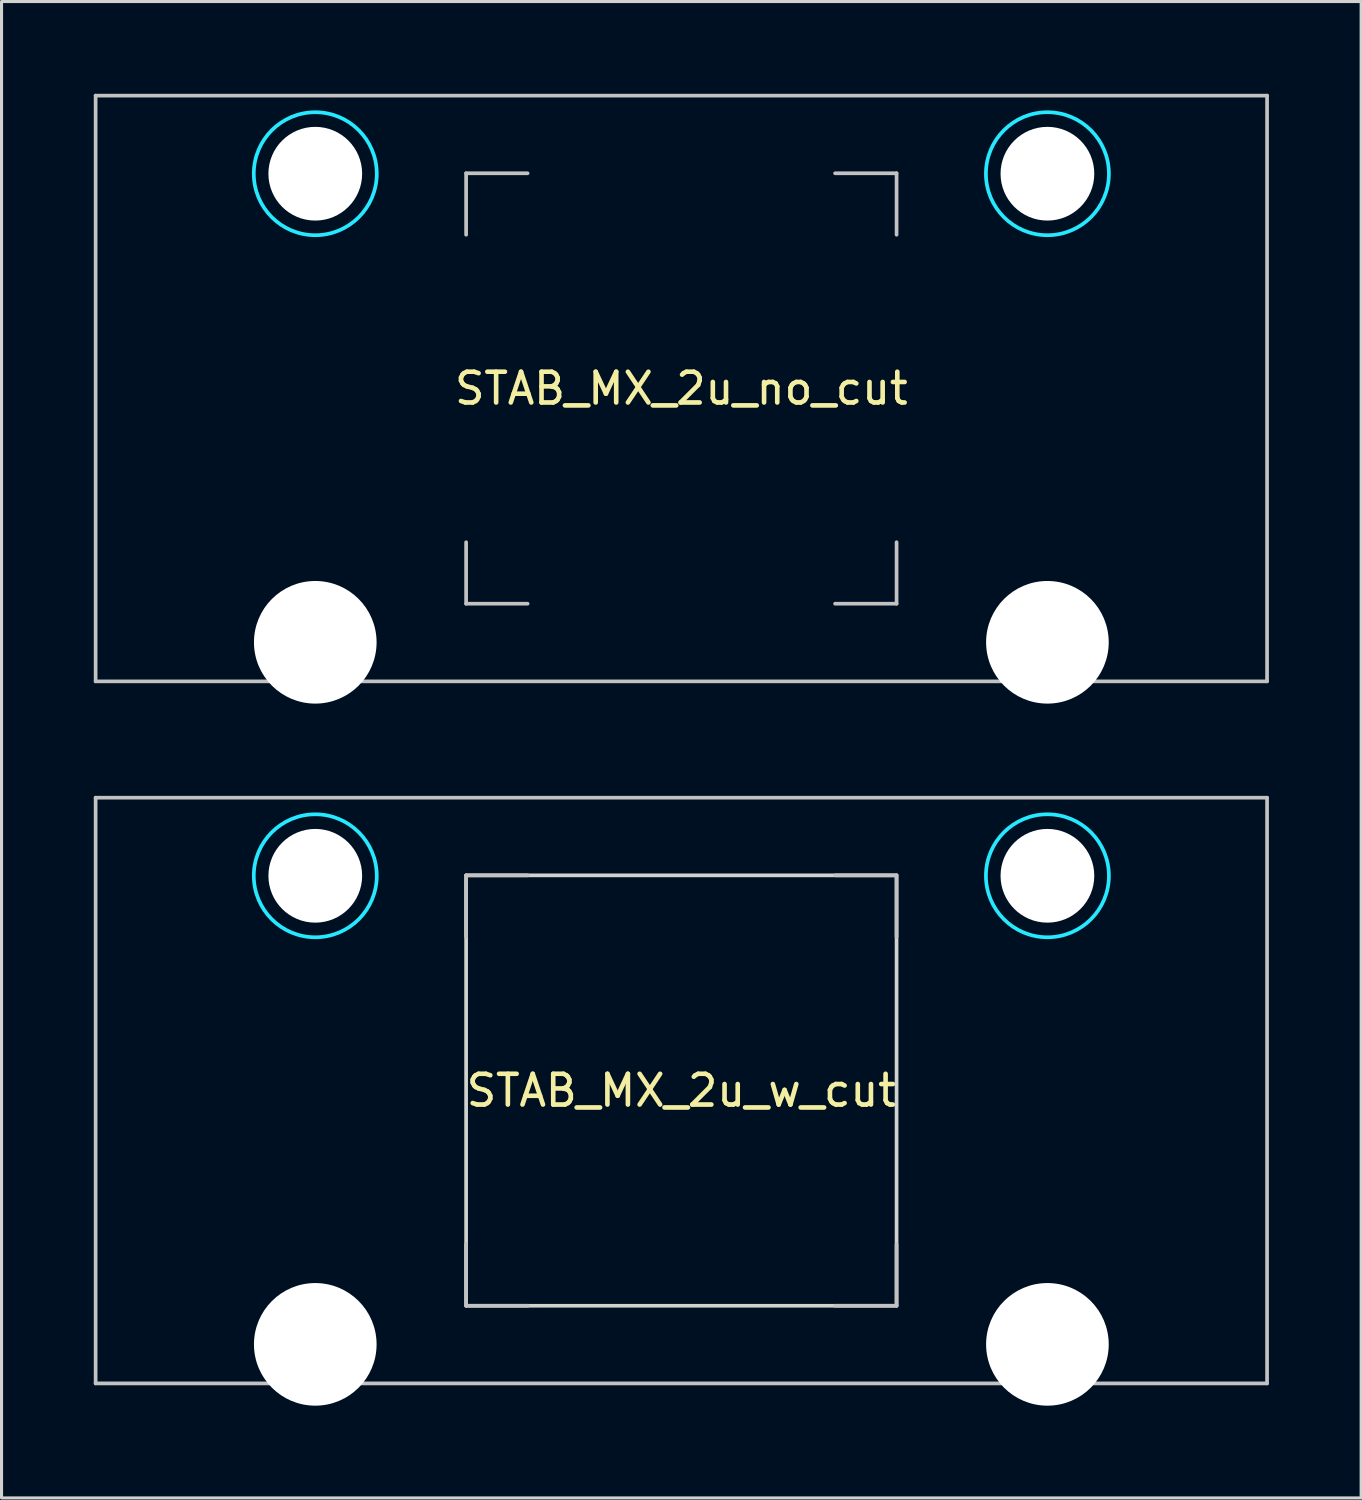
<source format=kicad_pcb>
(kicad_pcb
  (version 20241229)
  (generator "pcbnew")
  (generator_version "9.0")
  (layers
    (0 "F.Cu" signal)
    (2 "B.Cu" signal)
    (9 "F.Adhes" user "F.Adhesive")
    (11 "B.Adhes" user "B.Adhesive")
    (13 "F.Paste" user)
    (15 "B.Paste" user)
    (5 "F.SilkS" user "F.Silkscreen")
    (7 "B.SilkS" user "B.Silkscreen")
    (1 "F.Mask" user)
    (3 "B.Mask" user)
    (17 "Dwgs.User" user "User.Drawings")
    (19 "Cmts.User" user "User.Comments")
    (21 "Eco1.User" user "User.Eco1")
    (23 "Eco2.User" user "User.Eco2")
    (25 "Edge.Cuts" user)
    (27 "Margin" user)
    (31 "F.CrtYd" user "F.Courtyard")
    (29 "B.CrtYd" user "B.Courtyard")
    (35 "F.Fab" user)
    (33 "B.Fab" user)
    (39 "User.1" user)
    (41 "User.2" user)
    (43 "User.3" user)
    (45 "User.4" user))
  (footprint "STAB_MX_2u_w_cut"
    (layer "F.Cu")
    (at 19.11 32.419)
    (property "Reference" "STAB_MX_2u_w_cut" (at 0 0 0) (layer "F.SilkS") (effects (font (size 1 1) (thickness 0.15))))
    (attr through_hole exclude_from_pos_files exclude_from_bom)
    (fp_line (start -19.05 -9.525) (end -19.05 9.525) (stroke (width 0.12) (type solid)) (layer "Dwgs.User"))
    (fp_line (start -19.05 -9.525) (end 19.05 -9.525) (stroke (width 0.12) (type solid)) (layer "Dwgs.User"))
    (fp_line (start -19.05 9.525) (end 19.05 9.525) (stroke (width 0.12) (type solid)) (layer "Dwgs.User"))
    (fp_line (start -7 -7) (end -5 -7) (stroke (width 0.12) (type solid)) (layer "Dwgs.User"))
    (fp_line (start -7 -5) (end -7 -7) (stroke (width 0.12) (type solid)) (layer "Dwgs.User"))
    (fp_line (start -7 7) (end -7 5) (stroke (width 0.12) (type solid)) (layer "Dwgs.User"))
    (fp_line (start -5 7) (end -7 7) (stroke (width 0.12) (type solid)) (layer "Dwgs.User"))
    (fp_line (start 5 -7) (end 7 -7) (stroke (width 0.12) (type solid)) (layer "Dwgs.User"))
    (fp_line (start 5 7) (end 7 7) (stroke (width 0.12) (type solid)) (layer "Dwgs.User"))
    (fp_line (start 7 -7) (end 7 -5) (stroke (width 0.12) (type solid)) (layer "Dwgs.User"))
    (fp_line (start 7 7) (end 7 5) (stroke (width 0.12) (type solid)) (layer "Dwgs.User"))
    (fp_line (start 19.05 -9.525) (end 19.05 9.525) (stroke (width 0.12) (type solid)) (layer "Dwgs.User"))
    (fp_line (start -15.281 -5.5) (end -15.281 7.5) (stroke (width 0.05) (type solid)) (layer "Eco2.User"))
    (fp_line (start -14.781 -6) (end -9.031 -6) (stroke (width 0.05) (type solid)) (layer "Eco2.User"))
    (fp_line (start -14.781 8) (end -9.031 8) (stroke (width 0.05) (type solid)) (layer "Eco2.User"))
    (fp_line (start -8.531 -5.5) (end -8.531 7.5) (stroke (width 0.05) (type solid)) (layer "Eco2.User"))
    (fp_line (start 8.531 -5.5) (end 8.531 7.5) (stroke (width 0.05) (type solid)) (layer "Eco2.User"))
    (fp_line (start 9.031 -6) (end 14.78 -6) (stroke (width 0.05) (type solid)) (layer "Eco2.User"))
    (fp_line (start 9.031 8) (end 14.781 8) (stroke (width 0.05) (type solid)) (layer "Eco2.User"))
    (fp_line (start 15.28 -5.5) (end 15.281 7.5) (stroke (width 0.05) (type solid)) (layer "Eco2.User"))
    (fp_arc (start -15.28125 -5.499999) (mid -15.134803 -5.853552) (end -14.78125 -5.999999) (stroke (width 0.05) (type solid)) (layer "Eco2.User"))
    (fp_arc (start -14.78125 8.000001) (mid -15.134803 7.853554) (end -15.28125 7.500001) (stroke (width 0.05) (type solid)) (layer "Eco2.User"))
    (fp_arc (start -9.03125 -5.999999) (mid -8.677697 -5.853553) (end -8.53125 -5.499999) (stroke (width 0.05) (type solid)) (layer "Eco2.User"))
    (fp_arc (start -8.53125 7.500001) (mid -8.677697 7.853555) (end -9.03125 8.000001) (stroke (width 0.05) (type solid)) (layer "Eco2.User"))
    (fp_arc (start 8.53125 -5.499999) (mid 8.677705 -5.853544) (end 9.03125 -5.999999) (stroke (width 0.05) (type solid)) (layer "Eco2.User"))
    (fp_arc (start 9.03125 8.000001) (mid 8.677699 7.853566) (end 8.53125 7.500001) (stroke (width 0.05) (type solid)) (layer "Eco2.User"))
    (fp_arc (start 14.780039 -5.999999) (mid 15.133602 -5.853545) (end 15.280039 -5.499999) (stroke (width 0.05) (type solid)) (layer "Eco2.User"))
    (fp_arc (start 15.28125 7.500001) (mid 15.1348 7.853536) (end 14.78125 8.000001) (stroke (width 0.05) (type solid)) (layer "Eco2.User"))
    (fp_rect (start 7 7) (end -7 -7) (stroke (width 0.12) (type solid)) (fill no) (layer "Edge.Cuts"))
    (fp_circle (center -11.906 -6.985) (end -9.906 -6.985) (stroke (width 0.12) (type solid)) (fill no) (layer "B.CrtYd"))
    (fp_circle (center 11.906 -6.985) (end 13.906 -6.985) (stroke (width 0.12) (type solid)) (fill no) (layer "B.CrtYd"))
    (pad "" np_thru_hole circle (at -11.906 -6.985) (size 3.048 3.048) (drill 3.048) (layers "*.Cu" "*.Mask"))
    (pad "" np_thru_hole circle (at -11.906 8.255) (size 3.988 3.988) (drill 3.988) (layers "*.Cu" "*.Mask"))
    (pad "" np_thru_hole circle (at 11.906 -6.985) (size 3.048 3.048) (drill 3.048) (layers "*.Cu" "*.Mask"))
    (pad "" np_thru_hole circle (at 11.906 8.255) (size 3.988 3.988) (drill 3.988) (layers "*.Cu" "*.Mask")))
  (footprint "STAB_MX_2u_no_cut"
    (layer "F.Cu")
    (at 19.11 9.585)
    (property "Reference" "STAB_MX_2u_no_cut" (at 0 0 0) (layer "F.SilkS") (effects (font (size 1 1) (thickness 0.15))))
    (attr through_hole exclude_from_pos_files exclude_from_bom)
    (fp_line (start -19.05 -9.525) (end -19.05 9.525) (stroke (width 0.12) (type solid)) (layer "Dwgs.User"))
    (fp_line (start -19.05 -9.525) (end 19.05 -9.525) (stroke (width 0.12) (type solid)) (layer "Dwgs.User"))
    (fp_line (start -19.05 9.525) (end 19.05 9.525) (stroke (width 0.12) (type solid)) (layer "Dwgs.User"))
    (fp_line (start -7 -7) (end -5 -7) (stroke (width 0.12) (type solid)) (layer "Dwgs.User"))
    (fp_line (start -7 -5) (end -7 -7) (stroke (width 0.12) (type solid)) (layer "Dwgs.User"))
    (fp_line (start -7 7) (end -7 5) (stroke (width 0.12) (type solid)) (layer "Dwgs.User"))
    (fp_line (start -5 7) (end -7 7) (stroke (width 0.12) (type solid)) (layer "Dwgs.User"))
    (fp_line (start 5 -7) (end 7 -7) (stroke (width 0.12) (type solid)) (layer "Dwgs.User"))
    (fp_line (start 5 7) (end 7 7) (stroke (width 0.12) (type solid)) (layer "Dwgs.User"))
    (fp_line (start 7 -7) (end 7 -5) (stroke (width 0.12) (type solid)) (layer "Dwgs.User"))
    (fp_line (start 7 7) (end 7 5) (stroke (width 0.12) (type solid)) (layer "Dwgs.User"))
    (fp_line (start 19.05 -9.525) (end 19.05 9.525) (stroke (width 0.12) (type solid)) (layer "Dwgs.User"))
    (fp_line (start -15.281 -5.5) (end -15.281 7.5) (stroke (width 0.05) (type solid)) (layer "Eco2.User"))
    (fp_line (start -14.781 -6) (end -9.031 -6) (stroke (width 0.05) (type solid)) (layer "Eco2.User"))
    (fp_line (start -14.781 8) (end -9.031 8) (stroke (width 0.05) (type solid)) (layer "Eco2.User"))
    (fp_line (start -8.531 -5.5) (end -8.531 7.5) (stroke (width 0.05) (type solid)) (layer "Eco2.User"))
    (fp_line (start 8.531 -5.5) (end 8.531 7.5) (stroke (width 0.05) (type solid)) (layer "Eco2.User"))
    (fp_line (start 9.031 -6) (end 14.78 -6) (stroke (width 0.05) (type solid)) (layer "Eco2.User"))
    (fp_line (start 9.031 8) (end 14.781 8) (stroke (width 0.05) (type solid)) (layer "Eco2.User"))
    (fp_line (start 15.28 -5.5) (end 15.281 7.5) (stroke (width 0.05) (type solid)) (layer "Eco2.User"))
    (fp_arc (start -15.28125 -5.499999) (mid -15.134803 -5.853552) (end -14.78125 -5.999999) (stroke (width 0.05) (type solid)) (layer "Eco2.User"))
    (fp_arc (start -14.78125 8.000001) (mid -15.134803 7.853554) (end -15.28125 7.500001) (stroke (width 0.05) (type solid)) (layer "Eco2.User"))
    (fp_arc (start -9.03125 -5.999999) (mid -8.677697 -5.853553) (end -8.53125 -5.499999) (stroke (width 0.05) (type solid)) (layer "Eco2.User"))
    (fp_arc (start -8.53125 7.500001) (mid -8.677697 7.853555) (end -9.03125 8.000001) (stroke (width 0.05) (type solid)) (layer "Eco2.User"))
    (fp_arc (start 8.53125 -5.499999) (mid 8.677705 -5.853544) (end 9.03125 -5.999999) (stroke (width 0.05) (type solid)) (layer "Eco2.User"))
    (fp_arc (start 9.03125 8.000001) (mid 8.677699 7.853566) (end 8.53125 7.500001) (stroke (width 0.05) (type solid)) (layer "Eco2.User"))
    (fp_arc (start 14.780039 -5.999999) (mid 15.133602 -5.853545) (end 15.280039 -5.499999) (stroke (width 0.05) (type solid)) (layer "Eco2.User"))
    (fp_arc (start 15.28125 7.500001) (mid 15.1348 7.853536) (end 14.78125 8.000001) (stroke (width 0.05) (type solid)) (layer "Eco2.User"))
    (fp_circle (center -11.906 -6.985) (end -9.906 -6.985) (stroke (width 0.12) (type solid)) (fill no) (layer "B.CrtYd"))
    (fp_circle (center 11.906 -6.985) (end 13.906 -6.985) (stroke (width 0.12) (type solid)) (fill no) (layer "B.CrtYd"))
    (pad "" np_thru_hole circle (at -11.906 -6.985) (size 3.048 3.048) (drill 3.048) (layers "*.Cu" "*.Mask"))
    (pad "" np_thru_hole circle (at -11.906 8.255) (size 3.988 3.988) (drill 3.988) (layers "*.Cu" "*.Mask"))
    (pad "" np_thru_hole circle (at 11.906 -6.985) (size 3.048 3.048) (drill 3.048) (layers "*.Cu" "*.Mask"))
    (pad "" np_thru_hole circle (at 11.906 8.255) (size 3.988 3.988) (drill 3.988) (layers "*.Cu" "*.Mask")))
  (gr_rect
    (start -3 -3)
    (end 41.22 45.668)
    (stroke (width 0.1) (type default))
    (fill no)
    (layer "Edge.Cuts")))
</source>
